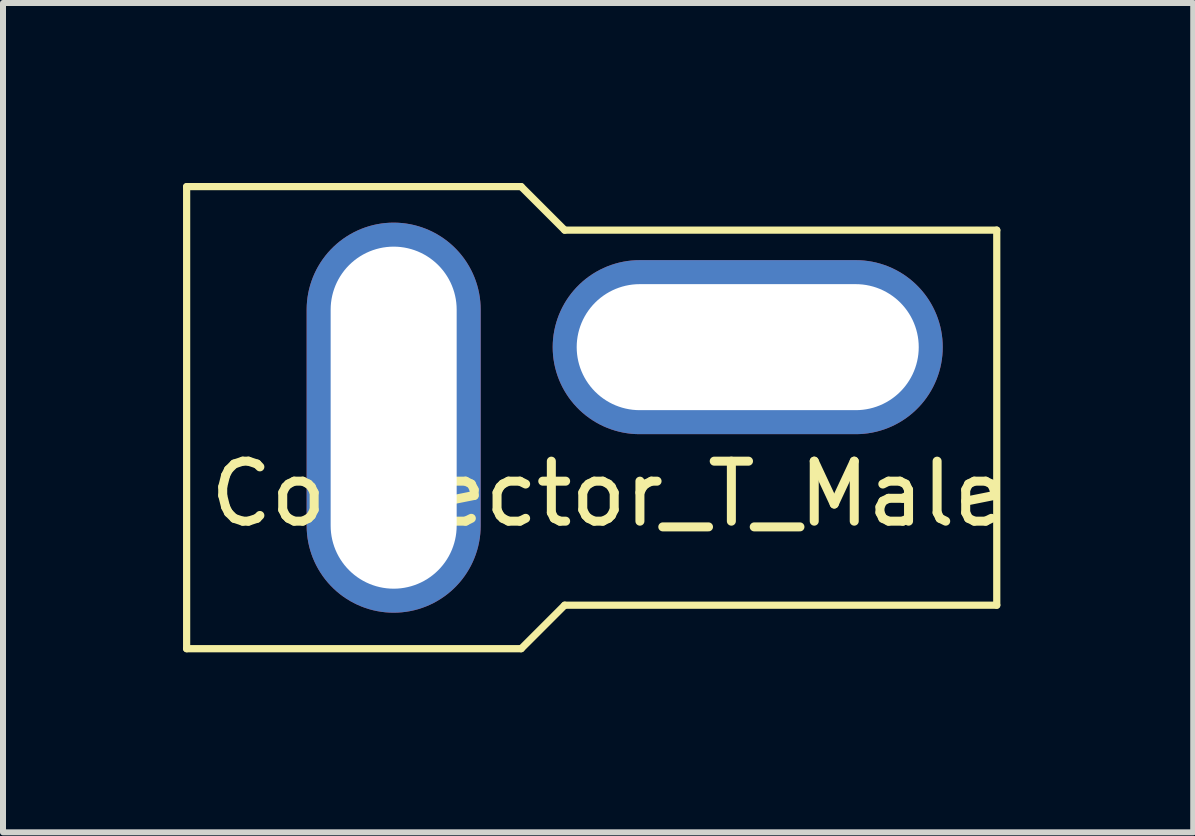
<source format=kicad_pcb>
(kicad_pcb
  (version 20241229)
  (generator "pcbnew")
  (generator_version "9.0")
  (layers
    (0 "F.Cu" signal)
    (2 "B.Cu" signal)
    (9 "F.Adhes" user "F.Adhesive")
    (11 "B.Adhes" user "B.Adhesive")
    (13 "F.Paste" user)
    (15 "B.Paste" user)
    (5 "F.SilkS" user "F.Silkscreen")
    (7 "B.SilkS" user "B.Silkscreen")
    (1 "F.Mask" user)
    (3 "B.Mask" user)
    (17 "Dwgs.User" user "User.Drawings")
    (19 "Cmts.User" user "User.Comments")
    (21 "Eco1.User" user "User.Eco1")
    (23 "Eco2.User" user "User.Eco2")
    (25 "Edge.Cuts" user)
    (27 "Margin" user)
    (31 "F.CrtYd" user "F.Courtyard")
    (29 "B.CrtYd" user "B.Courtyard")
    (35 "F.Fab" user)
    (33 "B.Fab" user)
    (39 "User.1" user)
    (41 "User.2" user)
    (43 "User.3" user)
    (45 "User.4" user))
  (footprint "Connector_T_Male"
    (layer "F.Cu")
    (at 2.01 3.91)
    (property "Reference" "Connector_T_Male" (at 5.08 1.27 0) (layer "F.SilkS") (effects (font (size 1 1) (thickness 0.15))))
    (attr through_hole)
    (fp_line (start -1.95 -3.85) (end 3.625 -3.85) (stroke (width 0.12) (type solid)) (layer "F.SilkS"))
    (fp_line (start -1.95 3.85) (end -1.95 -3.85) (stroke (width 0.12) (type solid)) (layer "F.SilkS"))
    (fp_line (start -1.95 3.85) (end 3.625 3.85) (stroke (width 0.12) (type solid)) (layer "F.SilkS"))
    (fp_line (start 4.35 -3.125) (end 3.625 -3.85) (stroke (width 0.12) (type solid)) (layer "F.SilkS"))
    (fp_line (start 4.35 -3.125) (end 11.55 -3.125) (stroke (width 0.12) (type solid)) (layer "F.SilkS"))
    (fp_line (start 4.35 3.125) (end 3.625 3.85) (stroke (width 0.12) (type solid)) (layer "F.SilkS"))
    (fp_line (start 4.35 3.125) (end 11.55 3.125) (stroke (width 0.12) (type solid)) (layer "F.SilkS"))
    (fp_line (start 11.55 -3.125) (end 11.55 3.125) (stroke (width 0.12) (type solid)) (layer "F.SilkS"))
    (pad "1" thru_hole oval (at 1.5 0) (size 2.9 6.5) (drill oval 2.1 5.7) (layers "*.Cu" "*.Mask"))
    (pad "2" thru_hole oval (at 7.4 -1.175) (size 6.5 2.9) (drill oval 5.7 2.1) (layers "*.Cu" "*.Mask")))
  (gr_rect
    (start -3 -3)
    (end 16.834 10.82)
    (stroke (width 0.1) (type default))
    (fill no)
    (layer "Edge.Cuts")))
</source>
